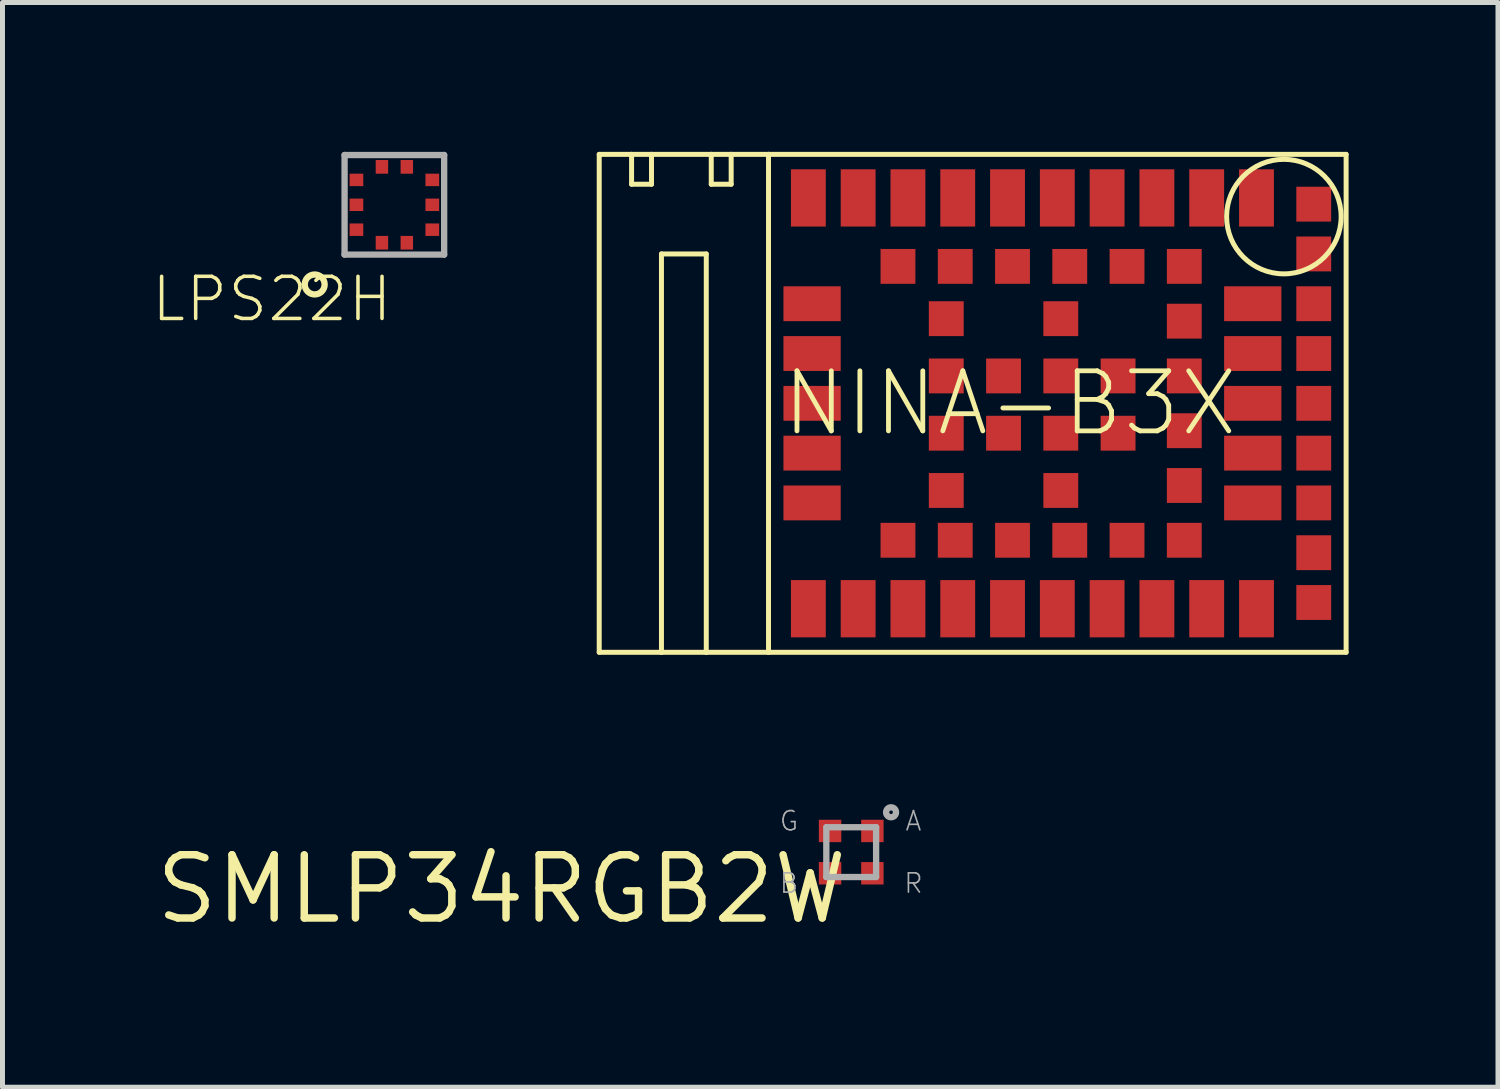
<source format=kicad_pcb>
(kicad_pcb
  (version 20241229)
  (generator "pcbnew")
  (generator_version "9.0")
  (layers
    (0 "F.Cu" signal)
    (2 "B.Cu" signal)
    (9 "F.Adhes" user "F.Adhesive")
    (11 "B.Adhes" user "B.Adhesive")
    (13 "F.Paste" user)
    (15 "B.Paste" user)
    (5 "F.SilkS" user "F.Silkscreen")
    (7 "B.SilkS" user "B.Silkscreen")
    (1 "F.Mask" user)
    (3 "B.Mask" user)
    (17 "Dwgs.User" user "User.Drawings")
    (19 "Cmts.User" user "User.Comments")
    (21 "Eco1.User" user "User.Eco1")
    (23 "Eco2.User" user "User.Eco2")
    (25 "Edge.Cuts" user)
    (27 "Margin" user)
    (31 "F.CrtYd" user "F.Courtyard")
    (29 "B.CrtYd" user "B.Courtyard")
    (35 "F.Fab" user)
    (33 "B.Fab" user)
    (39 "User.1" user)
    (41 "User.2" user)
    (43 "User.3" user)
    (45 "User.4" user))
  (footprint "LPS22H"
    (layer "F.Cu")
    (at 4.87 1.063)
    (property "Reference" "LPS22H" (at 0 1.4 0) (layer "F.SilkS") (effects (font (size 0.845 0.845) (thickness 0.071)) (justify right top)))
    (attr through_hole)
    (fp_circle (center -1.6 1.6) (end -1.4 1.6) (stroke (width 0.127) (type solid)) (fill no) (layer "F.SilkS"))
    (fp_line (start -1 -1) (end 1 -1) (stroke (width 0.127) (type solid)) (layer "F.Fab"))
    (fp_line (start -1 1) (end -1 -1) (stroke (width 0.127) (type solid)) (layer "F.Fab"))
    (fp_line (start 1 -1) (end 1 1) (stroke (width 0.127) (type solid)) (layer "F.Fab"))
    (fp_line (start 1 1) (end -1 1) (stroke (width 0.127) (type solid)) (layer "F.Fab"))
    (pad "1" smd rect (at -0.25 0.762 180) (size 0.25 0.275) (layers "F.Cu" "F.Mask" "F.Paste"))
    (pad "2" smd rect (at 0.25 0.762 180) (size 0.25 0.275) (layers "F.Cu" "F.Mask" "F.Paste"))
    (pad "3" smd rect (at 0.762 0.5 270) (size 0.25 0.275) (layers "F.Cu" "F.Mask" "F.Paste"))
    (pad "4" smd rect (at 0.762 0 270) (size 0.25 0.275) (layers "F.Cu" "F.Mask" "F.Paste"))
    (pad "5" smd rect (at 0.762 -0.5 270) (size 0.25 0.275) (layers "F.Cu" "F.Mask" "F.Paste"))
    (pad "6" smd rect (at 0.25 -0.762 180) (size 0.25 0.275) (layers "F.Cu" "F.Mask" "F.Paste"))
    (pad "7" smd rect (at -0.25 -0.762 180) (size 0.25 0.275) (layers "F.Cu" "F.Mask" "F.Paste"))
    (pad "8" smd rect (at -0.762 -0.5 270) (size 0.25 0.275) (layers "F.Cu" "F.Mask" "F.Paste"))
    (pad "9" smd rect (at -0.762 0 270) (size 0.25 0.275) (layers "F.Cu" "F.Mask" "F.Paste"))
    (pad "10" smd rect (at -0.762 0.5 270) (size 0.25 0.275) (layers "F.Cu" "F.Mask" "F.Paste")))
  (footprint "NINA-B3X"
    (layer "F.Cu")
    (at 17.234 5.05)
    (property "Reference" "NINA-B3X" (at 0 0 180) (layer "F.SilkS") (effects (font (size 1.206 1.206) (thickness 0.097))))
    (attr through_hole)
    (fp_line (start -8.25 -5) (end -7.6 -5) (stroke (width 0.1) (type solid)) (layer "F.SilkS"))
    (fp_line (start -8.25 5) (end -8.25 -5) (stroke (width 0.1) (type solid)) (layer "F.SilkS"))
    (fp_line (start -7.6 -5) (end -7.6 -4.4) (stroke (width 0.1) (type solid)) (layer "F.SilkS"))
    (fp_line (start -7.6 -5) (end -7.2 -5) (stroke (width 0.1) (type solid)) (layer "F.SilkS"))
    (fp_line (start -7.6 -4.4) (end -7.2 -4.4) (stroke (width 0.1) (type solid)) (layer "F.SilkS"))
    (fp_line (start -7.2 -5) (end -6 -5) (stroke (width 0.1) (type solid)) (layer "F.SilkS"))
    (fp_line (start -7.2 -4.4) (end -7.2 -5) (stroke (width 0.1) (type solid)) (layer "F.SilkS"))
    (fp_line (start -7 -3) (end -6.1 -3) (stroke (width 0.1) (type solid)) (layer "F.SilkS"))
    (fp_line (start -7 5) (end -8.25 5) (stroke (width 0.1) (type solid)) (layer "F.SilkS"))
    (fp_line (start -7 5) (end -7 -3) (stroke (width 0.1) (type solid)) (layer "F.SilkS"))
    (fp_line (start -6.1 -3) (end -6.1 5) (stroke (width 0.1) (type solid)) (layer "F.SilkS"))
    (fp_line (start -6.1 5) (end -7 5) (stroke (width 0.1) (type solid)) (layer "F.SilkS"))
    (fp_line (start -6 -5) (end -6 -4.4) (stroke (width 0.1) (type solid)) (layer "F.SilkS"))
    (fp_line (start -6 -5) (end -5.6 -5) (stroke (width 0.1) (type solid)) (layer "F.SilkS"))
    (fp_line (start -6 -4.4) (end -5.6 -4.4) (stroke (width 0.1) (type solid)) (layer "F.SilkS"))
    (fp_line (start -5.6 -5) (end -4.85 -5) (stroke (width 0.1) (type solid)) (layer "F.SilkS"))
    (fp_line (start -5.6 -4.4) (end -5.6 -5) (stroke (width 0.1) (type solid)) (layer "F.SilkS"))
    (fp_line (start -4.85 -5) (end 6.75 -5) (stroke (width 0.1) (type solid)) (layer "F.SilkS"))
    (fp_line (start -4.85 5) (end -6.1 5) (stroke (width 0.1) (type solid)) (layer "F.SilkS"))
    (fp_line (start -4.85 5) (end -4.85 -5) (stroke (width 0.1) (type solid)) (layer "F.SilkS"))
    (fp_line (start 6.75 -5) (end 6.75 5) (stroke (width 0.1) (type solid)) (layer "F.SilkS"))
    (fp_line (start 6.75 5) (end -4.85 5) (stroke (width 0.1) (type solid)) (layer "F.SilkS"))
    (fp_circle (center 5.5 -3.75) (end 6.65 -3.75) (stroke (width 0.1) (type solid)) (fill no) (layer "F.SilkS"))
    (pad "1" smd rect (at 4.95 -4.125 90) (size 1.15 0.7) (layers "F.Cu" "F.Mask" "F.Paste"))
    (pad "2" smd rect (at 3.95 -4.125 90) (size 1.15 0.7) (layers "F.Cu" "F.Mask" "F.Paste"))
    (pad "3" smd rect (at 2.95 -4.125 90) (size 1.15 0.7) (layers "F.Cu" "F.Mask" "F.Paste"))
    (pad "4" smd rect (at 1.95 -4.125 90) (size 1.15 0.7) (layers "F.Cu" "F.Mask" "F.Paste"))
    (pad "5" smd rect (at 0.95 -4.125 90) (size 1.15 0.7) (layers "F.Cu" "F.Mask" "F.Paste"))
    (pad "6" smd rect (at -0.05 -4.125 90) (size 1.15 0.7) (layers "F.Cu" "F.Mask" "F.Paste"))
    (pad "7" smd rect (at -1.05 -4.125 90) (size 1.15 0.7) (layers "F.Cu" "F.Mask" "F.Paste"))
    (pad "8" smd rect (at -2.05 -4.125 90) (size 1.15 0.7) (layers "F.Cu" "F.Mask" "F.Paste"))
    (pad "9" smd rect (at -3.05 -4.125 90) (size 1.15 0.7) (layers "F.Cu" "F.Mask" "F.Paste"))
    (pad "10" smd rect (at -4.05 -4.125 90) (size 1.15 0.7) (layers "F.Cu" "F.Mask" "F.Paste"))
    (pad "11" smd rect (at -3.975 -2 180) (size 1.15 0.7) (layers "F.Cu" "F.Mask" "F.Paste"))
    (pad "12" smd rect (at -3.975 -1 180) (size 1.15 0.7) (layers "F.Cu" "F.Mask" "F.Paste"))
    (pad "13" smd rect (at -3.975 0 180) (size 1.15 0.7) (layers "F.Cu" "F.Mask" "F.Paste"))
    (pad "14" smd rect (at -3.975 1 180) (size 1.15 0.7) (layers "F.Cu" "F.Mask" "F.Paste"))
    (pad "15" smd rect (at -3.975 2 180) (size 1.15 0.7) (layers "F.Cu" "F.Mask" "F.Paste"))
    (pad "16" smd rect (at -4.05 4.125 90) (size 1.15 0.7) (layers "F.Cu" "F.Mask" "F.Paste"))
    (pad "17" smd rect (at -3.05 4.125 90) (size 1.15 0.7) (layers "F.Cu" "F.Mask" "F.Paste"))
    (pad "18" smd rect (at -2.05 4.125 90) (size 1.15 0.7) (layers "F.Cu" "F.Mask" "F.Paste"))
    (pad "19" smd rect (at -1.05 4.125 90) (size 1.15 0.7) (layers "F.Cu" "F.Mask" "F.Paste"))
    (pad "20" smd rect (at -0.05 4.125 90) (size 1.15 0.7) (layers "F.Cu" "F.Mask" "F.Paste"))
    (pad "21" smd rect (at 0.95 4.125 90) (size 1.15 0.7) (layers "F.Cu" "F.Mask" "F.Paste"))
    (pad "22" smd rect (at 1.95 4.125 90) (size 1.15 0.7) (layers "F.Cu" "F.Mask" "F.Paste"))
    (pad "23" smd rect (at 2.95 4.125 90) (size 1.15 0.7) (layers "F.Cu" "F.Mask" "F.Paste"))
    (pad "24" smd rect (at 3.95 4.125 90) (size 1.15 0.7) (layers "F.Cu" "F.Mask" "F.Paste"))
    (pad "25" smd rect (at 4.95 4.125 90) (size 1.15 0.7) (layers "F.Cu" "F.Mask" "F.Paste"))
    (pad "26" smd rect (at 4.875 2 180) (size 1.15 0.7) (layers "F.Cu" "F.Mask" "F.Paste"))
    (pad "27" smd rect (at 4.875 1 180) (size 1.15 0.7) (layers "F.Cu" "F.Mask" "F.Paste"))
    (pad "28" smd rect (at 4.875 0 180) (size 1.15 0.7) (layers "F.Cu" "F.Mask" "F.Paste"))
    (pad "29" smd rect (at 4.875 -1 180) (size 1.15 0.7) (layers "F.Cu" "F.Mask" "F.Paste"))
    (pad "30" smd rect (at 4.875 -2 180) (size 1.15 0.7) (layers "F.Cu" "F.Mask" "F.Paste"))
    (pad "31" smd rect (at 3.5 -2.75 180) (size 0.7 0.7) (layers "F.Cu" "F.Mask" "F.Paste"))
    (pad "32" smd rect (at 2.35 -2.75 180) (size 0.7 0.7) (layers "F.Cu" "F.Mask" "F.Paste"))
    (pad "33" smd rect (at 1.2 -2.75 180) (size 0.7 0.7) (layers "F.Cu" "F.Mask" "F.Paste"))
    (pad "34" smd rect (at 0.05 -2.75 180) (size 0.7 0.7) (layers "F.Cu" "F.Mask" "F.Paste"))
    (pad "35" smd rect (at -1.1 -2.75 180) (size 0.7 0.7) (layers "F.Cu" "F.Mask" "F.Paste"))
    (pad "36" smd rect (at -2.25 -2.75 180) (size 0.7 0.7) (layers "F.Cu" "F.Mask" "F.Paste"))
    (pad "37" smd rect (at -2.25 2.75 180) (size 0.7 0.7) (layers "F.Cu" "F.Mask" "F.Paste"))
    (pad "38" smd rect (at -1.1 2.75 180) (size 0.7 0.7) (layers "F.Cu" "F.Mask" "F.Paste"))
    (pad "39" smd rect (at 0.05 2.75 180) (size 0.7 0.7) (layers "F.Cu" "F.Mask" "F.Paste"))
    (pad "40" smd rect (at 1.2 2.75 180) (size 0.7 0.7) (layers "F.Cu" "F.Mask" "F.Paste"))
    (pad "41" smd rect (at 2.35 2.75 180) (size 0.7 0.7) (layers "F.Cu" "F.Mask" "F.Paste"))
    (pad "42" smd rect (at 3.5 2.75 180) (size 0.7 0.7) (layers "F.Cu" "F.Mask" "F.Paste"))
    (pad "43" smd rect (at 3.5 1.65 180) (size 0.7 0.7) (layers "F.Cu" "F.Mask" "F.Paste"))
    (pad "44" smd rect (at 3.5 0.55 180) (size 0.7 0.7) (layers "F.Cu" "F.Mask" "F.Paste"))
    (pad "45" smd rect (at 3.5 -0.55 180) (size 0.7 0.7) (layers "F.Cu" "F.Mask" "F.Paste"))
    (pad "46" smd rect (at 3.5 -1.65 180) (size 0.7 0.7) (layers "F.Cu" "F.Mask" "F.Paste"))
    (pad "47" smd rect (at 6.1 4 180) (size 0.7 0.7) (layers "F.Cu" "F.Mask" "F.Paste"))
    (pad "48" smd rect (at 6.1 3 180) (size 0.7 0.7) (layers "F.Cu" "F.Mask" "F.Paste"))
    (pad "49" smd rect (at 6.1 2 180) (size 0.7 0.7) (layers "F.Cu" "F.Mask" "F.Paste"))
    (pad "50" smd rect (at 6.1 1 180) (size 0.7 0.7) (layers "F.Cu" "F.Mask" "F.Paste"))
    (pad "51" smd rect (at 6.1 0 180) (size 0.7 0.7) (layers "F.Cu" "F.Mask" "F.Paste"))
    (pad "52" smd rect (at 6.1 -1 180) (size 0.7 0.7) (layers "F.Cu" "F.Mask" "F.Paste"))
    (pad "53" smd rect (at 6.1 -2 180) (size 0.7 0.7) (layers "F.Cu" "F.Mask" "F.Paste"))
    (pad "54" smd rect (at 6.1 -3 180) (size 0.7 0.7) (layers "F.Cu" "F.Mask" "F.Paste"))
    (pad "55" smd rect (at 6.1 -4 180) (size 0.7 0.7) (layers "F.Cu" "F.Mask" "F.Paste"))
    (pad "GND@1" smd rect (at -1.28 -1.7 180) (size 0.7 0.7) (layers "F.Cu" "F.Mask" "F.Paste"))
    (pad "GND@2" smd rect (at -1.28 -0.55 180) (size 0.7 0.7) (layers "F.Cu" "F.Mask" "F.Paste"))
    (pad "GND@3" smd rect (at -1.28 0.6 180) (size 0.7 0.7) (layers "F.Cu" "F.Mask" "F.Paste"))
    (pad "GND@4" smd rect (at -1.28 1.75 180) (size 0.7 0.7) (layers "F.Cu" "F.Mask" "F.Paste"))
    (pad "GND@5" smd rect (at -0.13 -0.55 180) (size 0.7 0.7) (layers "F.Cu" "F.Mask" "F.Paste"))
    (pad "GND@6" smd rect (at -0.13 0.6 180) (size 0.7 0.7) (layers "F.Cu" "F.Mask" "F.Paste"))
    (pad "GND@7" smd rect (at 1.02 -1.7 180) (size 0.7 0.7) (layers "F.Cu" "F.Mask" "F.Paste"))
    (pad "GND@8" smd rect (at 1.02 -0.55 180) (size 0.7 0.7) (layers "F.Cu" "F.Mask" "F.Paste"))
    (pad "GND@9" smd rect (at 1.02 0.6 180) (size 0.7 0.7) (layers "F.Cu" "F.Mask" "F.Paste"))
    (pad "GND@10" smd rect (at 1.02 1.75 180) (size 0.7 0.7) (layers "F.Cu" "F.Mask" "F.Paste"))
    (pad "GND@11" smd rect (at 2.17 -0.55 180) (size 0.7 0.7) (layers "F.Cu" "F.Mask" "F.Paste"))
    (pad "GND@12" smd rect (at 2.17 0.6 180) (size 0.7 0.7) (layers "F.Cu" "F.Mask" "F.Paste")))
  (footprint "SMLP34RGB2W"
    (layer "F.Cu")
    (at 14.045 14.063)
    (property "Reference" "SMLP34RGB2W" (at 0 0 0) (layer "F.SilkS") (effects (font (size 1.27 1.27) (thickness 0.15)) (justify right top)))
    (attr through_hole)
    (fp_line (start -0.5 -0.5) (end 0.5 -0.5) (stroke (width 0.127) (type solid)) (layer "F.Fab"))
    (fp_line (start -0.5 0.5) (end -0.5 -0.5) (stroke (width 0.127) (type solid)) (layer "F.Fab"))
    (fp_line (start 0.5 -0.5) (end 0.5 0.5) (stroke (width 0.127) (type solid)) (layer "F.Fab"))
    (fp_line (start 0.5 0.5) (end -0.5 0.5) (stroke (width 0.127) (type solid)) (layer "F.Fab"))
    (fp_circle (center 0.8 -0.8) (end 0.9 -0.8) (stroke (width 0.127) (type solid)) (fill no) (layer "F.Fab"))
    (fp_text user "R" (at 1.25 0.625 0) (layer "F.Fab") (effects (font (size 0.386 0.386) (thickness 0.033))))
    (fp_text user "G" (at -1.25 -0.625 0) (layer "F.Fab") (effects (font (size 0.386 0.386) (thickness 0.033))))
    (fp_text user "A" (at 1.25 -0.625 0) (layer "F.Fab") (effects (font (size 0.386 0.386) (thickness 0.033))))
    (fp_text user "B" (at -1.25 0.625 0) (layer "F.Fab") (effects (font (size 0.386 0.386) (thickness 0.033))))
    (pad "1" smd rect (at 0.425 -0.425) (size 0.45 0.45) (layers "F.Cu" "F.Mask" "F.Paste"))
    (pad "2" smd rect (at 0.425 0.425) (size 0.45 0.45) (layers "F.Cu" "F.Mask" "F.Paste"))
    (pad "3" smd rect (at -0.425 0.425) (size 0.45 0.45) (layers "F.Cu" "F.Mask" "F.Paste"))
    (pad "4" smd rect (at -0.425 -0.425) (size 0.45 0.45) (layers "F.Cu" "F.Mask" "F.Paste")))
  (gr_rect
    (start -3 -3)
    (end 27.034 18.784)
    (stroke (width 0.1) (type default))
    (fill no)
    (layer "Edge.Cuts")))
</source>
